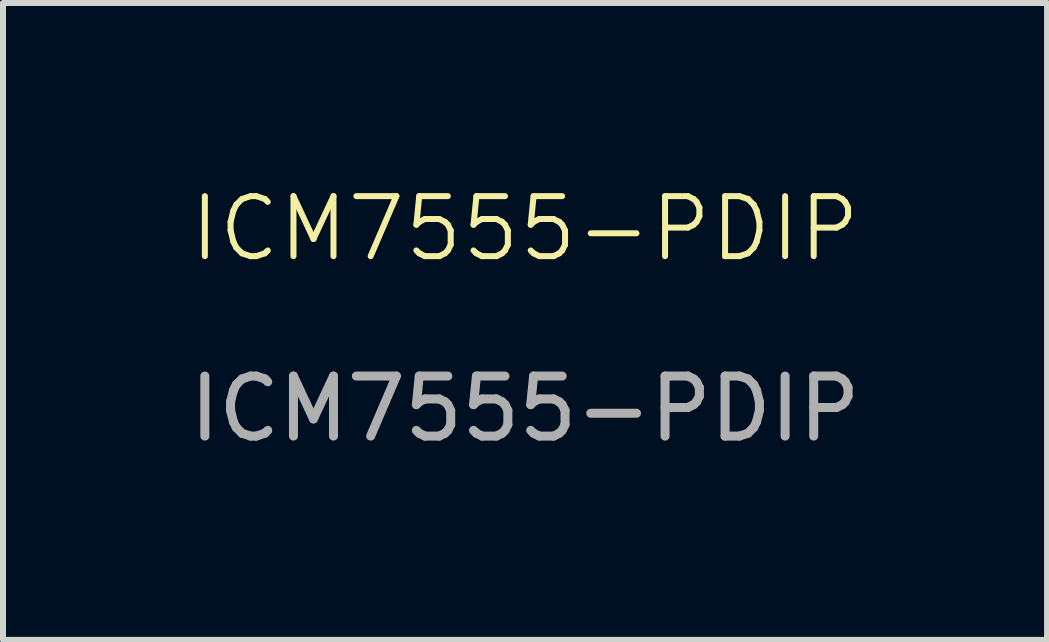
<source format=kicad_pcb>
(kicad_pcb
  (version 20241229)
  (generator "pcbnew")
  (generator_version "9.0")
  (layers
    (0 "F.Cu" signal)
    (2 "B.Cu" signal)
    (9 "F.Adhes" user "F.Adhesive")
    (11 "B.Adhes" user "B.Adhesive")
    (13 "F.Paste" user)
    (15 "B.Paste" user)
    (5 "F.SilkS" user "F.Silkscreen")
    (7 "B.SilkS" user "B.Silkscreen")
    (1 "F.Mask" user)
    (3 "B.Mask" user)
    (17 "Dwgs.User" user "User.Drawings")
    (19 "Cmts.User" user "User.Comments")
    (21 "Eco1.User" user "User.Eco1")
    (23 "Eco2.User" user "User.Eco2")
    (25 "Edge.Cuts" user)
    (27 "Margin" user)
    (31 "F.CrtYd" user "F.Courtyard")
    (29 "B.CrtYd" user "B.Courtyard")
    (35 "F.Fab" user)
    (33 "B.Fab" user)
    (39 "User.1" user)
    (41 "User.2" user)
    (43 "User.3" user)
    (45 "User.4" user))
  (footprint "ICM7555-PDIP"
    (layer "F.Cu")
    (at 5.696 1.26)
    (property "Reference" "ICM7555-PDIP" (at 0 -0.5 0) (unlocked yes) (layer "F.SilkS") (effects (font (size 1 1) (thickness 0.1))))
    (attr smd)
    (fp_text user "${REFERENCE}" (at 0 2.5 0) (unlocked yes) (layer "F.Fab") (effects (font (size 1 1) (thickness 0.15)))))
  (gr_rect
    (start -3 -3)
    (end 14.393 7.609)
    (stroke (width 0.1) (type default))
    (fill no)
    (layer "Edge.Cuts")))
</source>
